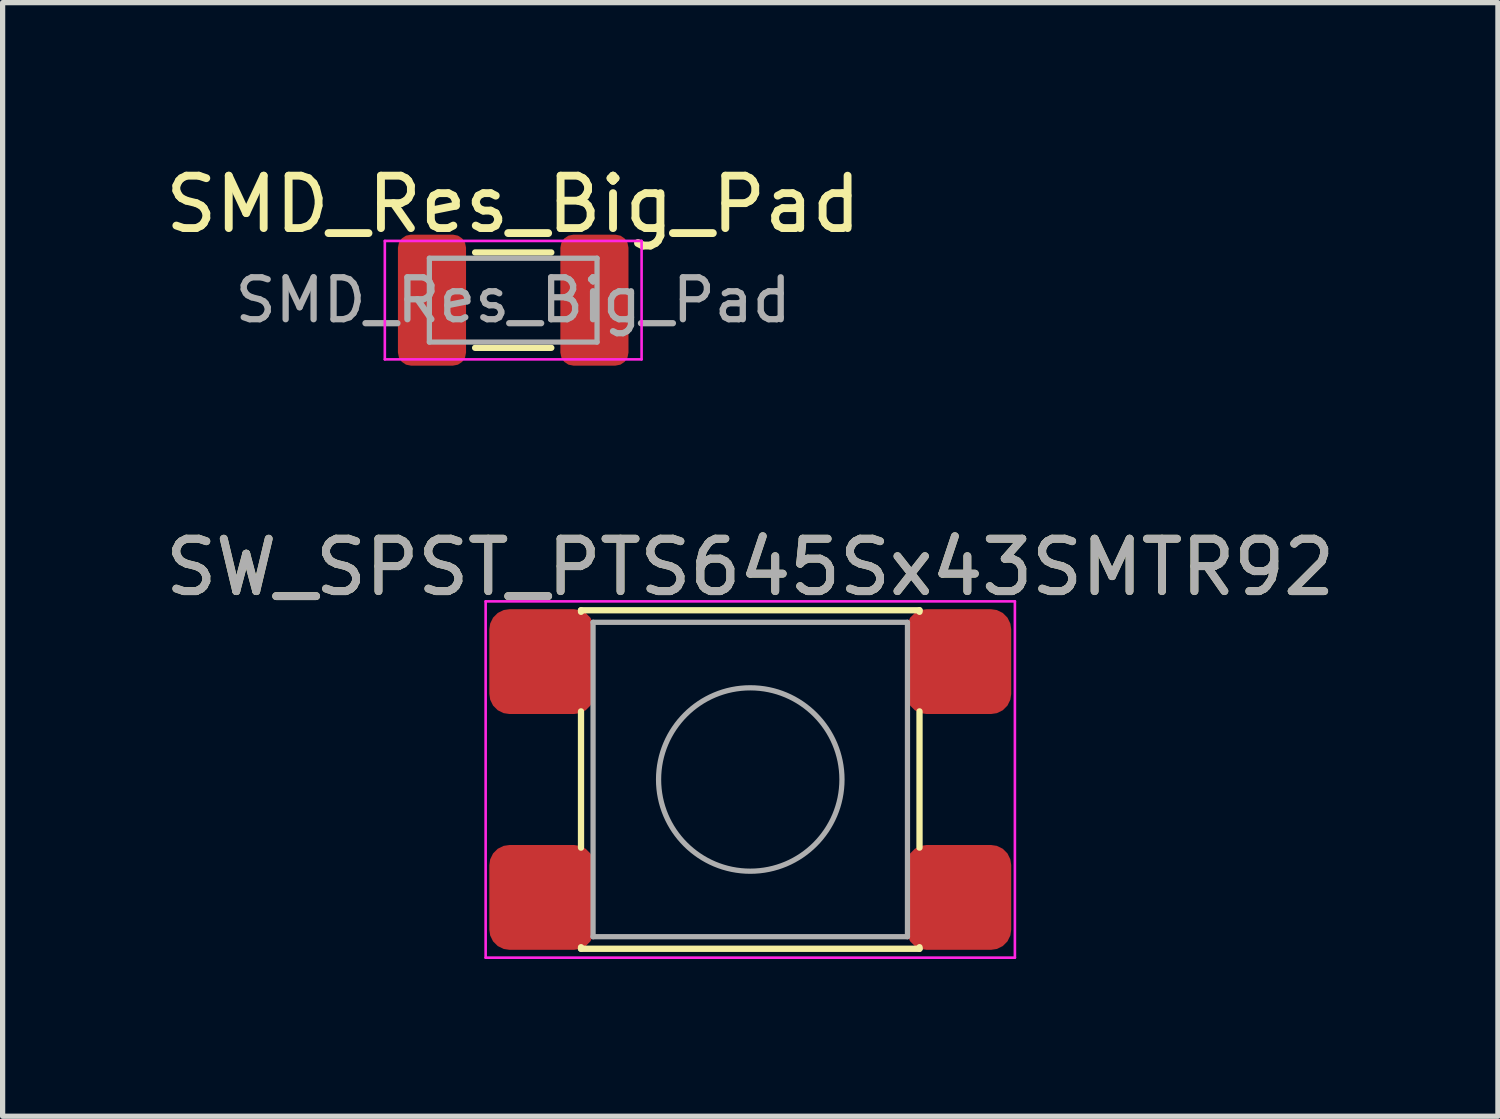
<source format=kicad_pcb>
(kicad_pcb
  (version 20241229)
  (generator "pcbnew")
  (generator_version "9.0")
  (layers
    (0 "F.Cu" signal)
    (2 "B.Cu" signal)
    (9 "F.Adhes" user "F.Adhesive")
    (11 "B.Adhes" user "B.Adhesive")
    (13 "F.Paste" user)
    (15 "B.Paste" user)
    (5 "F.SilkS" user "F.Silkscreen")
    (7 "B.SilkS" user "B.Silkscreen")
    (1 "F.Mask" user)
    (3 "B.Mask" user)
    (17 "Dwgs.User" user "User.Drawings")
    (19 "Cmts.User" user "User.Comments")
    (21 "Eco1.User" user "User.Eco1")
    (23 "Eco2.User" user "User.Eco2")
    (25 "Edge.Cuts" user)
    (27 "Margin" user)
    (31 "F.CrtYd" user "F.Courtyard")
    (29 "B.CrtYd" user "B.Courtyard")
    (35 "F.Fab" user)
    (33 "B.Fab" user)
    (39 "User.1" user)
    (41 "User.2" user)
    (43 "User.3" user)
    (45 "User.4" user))
  (footprint "SW_SPST_PTS645Sx43SMTR92"
    (layer "F.Cu")
    (at 11.268 11.826)
    (property "Reference" "SW_SPST_PTS645Sx43SMTR92" (at 0 -4.05 0) (layer "F.SilkS") (effects (font (size 1 1) (thickness 0.15))))
    (attr smd)
    (fp_line (start -3.23 -3.23) (end 3.23 -3.23) (stroke (width 0.12) (type solid)) (layer "F.SilkS"))
    (fp_line (start -3.23 -3.2) (end -3.23 -3.23) (stroke (width 0.12) (type solid)) (layer "F.SilkS"))
    (fp_line (start -3.23 -1.3) (end -3.23 1.3) (stroke (width 0.12) (type solid)) (layer "F.SilkS"))
    (fp_line (start -3.23 3.23) (end -3.23 3.2) (stroke (width 0.12) (type solid)) (layer "F.SilkS"))
    (fp_line (start -3.23 3.23) (end 3.23 3.23) (stroke (width 0.12) (type solid)) (layer "F.SilkS"))
    (fp_line (start 3.23 -3.23) (end 3.23 -3.2) (stroke (width 0.12) (type solid)) (layer "F.SilkS"))
    (fp_line (start 3.23 -1.3) (end 3.23 1.3) (stroke (width 0.12) (type solid)) (layer "F.SilkS"))
    (fp_line (start 3.23 3.23) (end 3.23 3.2) (stroke (width 0.12) (type solid)) (layer "F.SilkS"))
    (fp_line (start -5.05 -3.4) (end -5.05 3.4) (stroke (width 0.05) (type solid)) (layer "F.CrtYd"))
    (fp_line (start -5.05 -3.4) (end 5.05 -3.4) (stroke (width 0.05) (type solid)) (layer "F.CrtYd"))
    (fp_line (start -5.05 3.4) (end 5.05 3.4) (stroke (width 0.05) (type solid)) (layer "F.CrtYd"))
    (fp_line (start 5.05 3.4) (end 5.05 -3.4) (stroke (width 0.05) (type solid)) (layer "F.CrtYd"))
    (fp_line (start -3 -3) (end -3 3) (stroke (width 0.1) (type solid)) (layer "F.Fab"))
    (fp_line (start -3 3) (end 3 3) (stroke (width 0.1) (type solid)) (layer "F.Fab"))
    (fp_line (start 3 -3) (end -3 -3) (stroke (width 0.1) (type solid)) (layer "F.Fab"))
    (fp_line (start 3 3) (end 3 -3) (stroke (width 0.1) (type solid)) (layer "F.Fab"))
    (fp_circle (center 0 0) (end 1.75 0) (stroke (width 0.1) (type solid)) (fill no) (layer "F.Fab"))
    (fp_text user "${REFERENCE}" (at 0 -4.05 0) (layer "F.Fab") (effects (font (size 1 1) (thickness 0.15))))
    (pad "1" smd roundrect (at -3.98 -2.25) (size 2 2) (layers "F.Cu" "F.Mask" "F.Paste") (roundrect_rratio 0.192))
    (pad "1" smd roundrect (at 3.98 -2.25) (size 2 2) (layers "F.Cu" "F.Mask" "F.Paste") (roundrect_rratio 0.192))
    (pad "2" smd roundrect (at -3.98 2.25) (size 2 2) (layers "F.Cu" "F.Mask" "F.Paste") (roundrect_rratio 0.192))
    (pad "2" smd roundrect (at 3.98 2.25) (size 2 2) (layers "F.Cu" "F.Mask" "F.Paste") (roundrect_rratio 0.192)))
  (footprint "SMD_Res_Big_Pad"
    (layer "F.Cu")
    (at 6.744 2.678)
    (property "Reference" "SMD_Res_Big_Pad" (at 0 -1.83 0) (layer "F.SilkS") (effects (font (size 1 1) (thickness 0.15))))
    (attr smd)
    (fp_line (start -0.727 -0.91) (end 0.727 -0.91) (stroke (width 0.12) (type solid)) (layer "F.SilkS"))
    (fp_line (start -0.727 0.91) (end 0.727 0.91) (stroke (width 0.12) (type solid)) (layer "F.SilkS"))
    (fp_line (start -2.45 -1.13) (end 2.45 -1.13) (stroke (width 0.05) (type solid)) (layer "F.CrtYd"))
    (fp_line (start -2.45 1.13) (end -2.45 -1.13) (stroke (width 0.05) (type solid)) (layer "F.CrtYd"))
    (fp_line (start 2.45 -1.13) (end 2.45 1.13) (stroke (width 0.05) (type solid)) (layer "F.CrtYd"))
    (fp_line (start 2.45 1.13) (end -2.45 1.13) (stroke (width 0.05) (type solid)) (layer "F.CrtYd"))
    (fp_line (start -1.6 -0.8) (end 1.6 -0.8) (stroke (width 0.1) (type solid)) (layer "F.Fab"))
    (fp_line (start -1.6 0.8) (end -1.6 -0.8) (stroke (width 0.1) (type solid)) (layer "F.Fab"))
    (fp_line (start 1.6 -0.8) (end 1.6 0.8) (stroke (width 0.1) (type solid)) (layer "F.Fab"))
    (fp_line (start 1.6 0.8) (end -1.6 0.8) (stroke (width 0.1) (type solid)) (layer "F.Fab"))
    (fp_text user "${REFERENCE}" (at 0 0 0) (layer "F.Fab") (effects (font (size 0.8 0.8) (thickness 0.12))))
    (pad "1" smd roundrect (at -1.55 0) (size 1.3 2.5) (layers "F.Cu" "F.Mask" "F.Paste") (roundrect_rratio 0.192))
    (pad "2" smd roundrect (at 1.55 0) (size 1.3 2.5) (layers "F.Cu" "F.Mask" "F.Paste") (roundrect_rratio 0.192)))
  (gr_rect
    (start -3 -3)
    (end 25.536 18.252)
    (stroke (width 0.1) (type default))
    (fill no)
    (layer "Edge.Cuts")))
</source>
